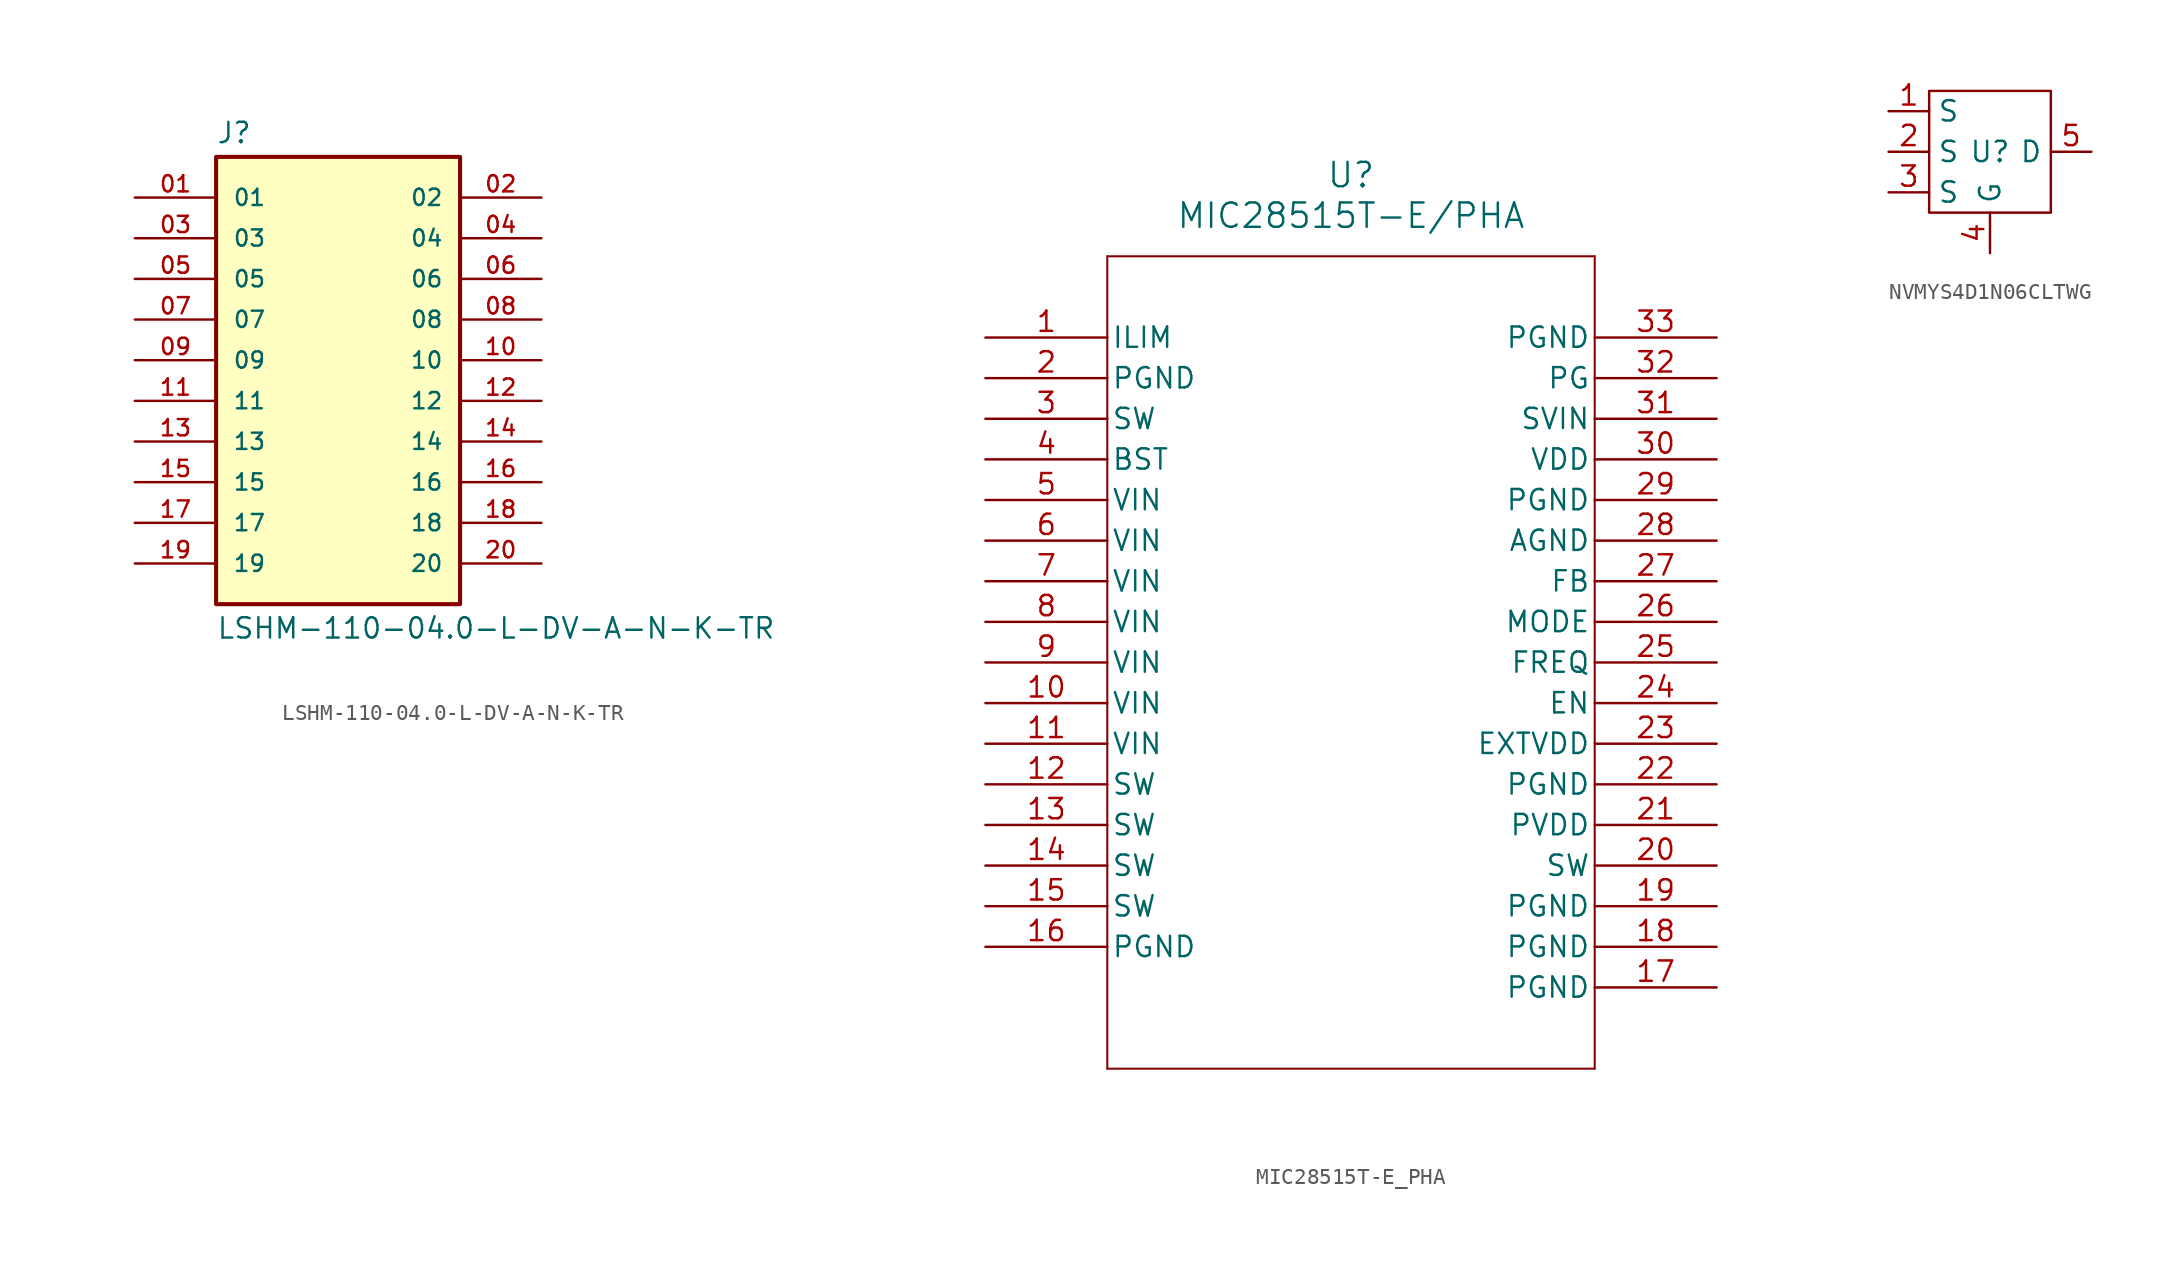
<source format=kicad_sym>
(kicad_symbol_lib
  (version 20220914)
  (generator kicad_symbol_editor)
  (symbol "LSHM-110-04.0-L-DV-A-N-K-TR"
    (pin_names
      (offset 1.016))
    (property "Reference" "J"
      (at -7.62 13.462 0)
      (effects (font (size 1.27 1.27)) (justify left bottom)))
    (property "Value" "LSHM-110-04.0-L-DV-A-N-K-TR"
      (at -7.62 -16.002 0)
      (effects (font (size 1.27 1.27)) (justify left top)))
    (symbol "LSHM-110-04.0-L-DV-A-N-K-TR_0_0"
      (rectangle (start -7.62 -15.24) (end 7.62 12.7) (stroke (width 0.254) (type default)) (fill (type background)))
      (pin passive line (at -12.7 10.16 0) (length 5.08) (name "01" (effects (font (size 1.016 1.016)))) (number "01" (effects (font (size 1.016 1.016)))))
      (pin passive line (at 12.7 10.16 180) (length 5.08) (name "02" (effects (font (size 1.016 1.016)))) (number "02" (effects (font (size 1.016 1.016)))))
      (pin passive line (at -12.7 7.62 0) (length 5.08) (name "03" (effects (font (size 1.016 1.016)))) (number "03" (effects (font (size 1.016 1.016)))))
      (pin passive line (at 12.7 7.62 180) (length 5.08) (name "04" (effects (font (size 1.016 1.016)))) (number "04" (effects (font (size 1.016 1.016)))))
      (pin passive line (at -12.7 5.08 0) (length 5.08) (name "05" (effects (font (size 1.016 1.016)))) (number "05" (effects (font (size 1.016 1.016)))))
      (pin passive line (at 12.7 5.08 180) (length 5.08) (name "06" (effects (font (size 1.016 1.016)))) (number "06" (effects (font (size 1.016 1.016)))))
      (pin passive line (at -12.7 2.54 0) (length 5.08) (name "07" (effects (font (size 1.016 1.016)))) (number "07" (effects (font (size 1.016 1.016)))))
      (pin passive line (at 12.7 2.54 180) (length 5.08) (name "08" (effects (font (size 1.016 1.016)))) (number "08" (effects (font (size 1.016 1.016)))))
      (pin passive line (at -12.7 0 0) (length 5.08) (name "09" (effects (font (size 1.016 1.016)))) (number "09" (effects (font (size 1.016 1.016)))))
      (pin passive line (at 12.7 0 180) (length 5.08) (name "10" (effects (font (size 1.016 1.016)))) (number "10" (effects (font (size 1.016 1.016)))))
      (pin passive line (at -12.7 -2.54 0) (length 5.08) (name "11" (effects (font (size 1.016 1.016)))) (number "11" (effects (font (size 1.016 1.016)))))
      (pin passive line (at 12.7 -2.54 180) (length 5.08) (name "12" (effects (font (size 1.016 1.016)))) (number "12" (effects (font (size 1.016 1.016)))))
      (pin passive line (at -12.7 -5.08 0) (length 5.08) (name "13" (effects (font (size 1.016 1.016)))) (number "13" (effects (font (size 1.016 1.016)))))
      (pin passive line (at 12.7 -5.08 180) (length 5.08) (name "14" (effects (font (size 1.016 1.016)))) (number "14" (effects (font (size 1.016 1.016)))))
      (pin passive line (at -12.7 -7.62 0) (length 5.08) (name "15" (effects (font (size 1.016 1.016)))) (number "15" (effects (font (size 1.016 1.016)))))
      (pin passive line (at 12.7 -7.62 180) (length 5.08) (name "16" (effects (font (size 1.016 1.016)))) (number "16" (effects (font (size 1.016 1.016)))))
      (pin passive line (at -12.7 -10.16 0) (length 5.08) (name "17" (effects (font (size 1.016 1.016)))) (number "17" (effects (font (size 1.016 1.016)))))
      (pin passive line (at 12.7 -10.16 180) (length 5.08) (name "18" (effects (font (size 1.016 1.016)))) (number "18" (effects (font (size 1.016 1.016)))))
      (pin passive line (at -12.7 -12.7 0) (length 5.08) (name "19" (effects (font (size 1.016 1.016)))) (number "19" (effects (font (size 1.016 1.016)))))
      (pin passive line (at 12.7 -12.7 180) (length 5.08) (name "20" (effects (font (size 1.016 1.016)))) (number "20" (effects (font (size 1.016 1.016)))))))
  (symbol "MIC28515T-E_PHA"
    (pin_names
      (offset 0.254))
    (property "Reference" "U"
      (at 22.86 10.16 0)
      (effects (font (size 1.524 1.524))))
    (property "Value" "MIC28515T-E/PHA"
      (at 22.86 7.62 0)
      (effects (font (size 1.524 1.524))))
    (property "ki_locked" ""
      (at 0 0 0)
      (effects (font (size 1.27 1.27))))
    (symbol "MIC28515T-E_PHA_0_1"
      (polyline (pts (xy 7.62 -45.72) (xy 38.1 -45.72)) (stroke (width 0.127) (type default)) (fill (type none)))
      (polyline (pts (xy 7.62 5.08) (xy 7.62 -45.72)) (stroke (width 0.127) (type default)) (fill (type none)))
      (polyline (pts (xy 38.1 -45.72) (xy 38.1 5.08)) (stroke (width 0.127) (type default)) (fill (type none)))
      (polyline (pts (xy 38.1 5.08) (xy 7.62 5.08)) (stroke (width 0.127) (type default)) (fill (type none)))
      (pin input line (at 0 0 0) (length 7.62) (name "ILIM" (effects (font (size 1.27 1.27)))) (number "1" (effects (font (size 1.27 1.27)))))
      (pin power_in line (at 0 -22.86 0) (length 7.62) (name "VIN" (effects (font (size 1.27 1.27)))) (number "10" (effects (font (size 1.27 1.27)))))
      (pin power_in line (at 0 -25.4 0) (length 7.62) (name "VIN" (effects (font (size 1.27 1.27)))) (number "11" (effects (font (size 1.27 1.27)))))
      (pin output line (at 0 -27.94 0) (length 7.62) (name "SW" (effects (font (size 1.27 1.27)))) (number "12" (effects (font (size 1.27 1.27)))))
      (pin output line (at 0 -30.48 0) (length 7.62) (name "SW" (effects (font (size 1.27 1.27)))) (number "13" (effects (font (size 1.27 1.27)))))
      (pin output line (at 0 -33.02 0) (length 7.62) (name "SW" (effects (font (size 1.27 1.27)))) (number "14" (effects (font (size 1.27 1.27)))))
      (pin output line (at 0 -35.56 0) (length 7.62) (name "SW" (effects (font (size 1.27 1.27)))) (number "15" (effects (font (size 1.27 1.27)))))
      (pin power_out line (at 0 -38.1 0) (length 7.62) (name "PGND" (effects (font (size 1.27 1.27)))) (number "16" (effects (font (size 1.27 1.27)))))
      (pin power_out line (at 45.72 -40.64 180) (length 7.62) (name "PGND" (effects (font (size 1.27 1.27)))) (number "17" (effects (font (size 1.27 1.27)))))
      (pin power_out line (at 45.72 -38.1 180) (length 7.62) (name "PGND" (effects (font (size 1.27 1.27)))) (number "18" (effects (font (size 1.27 1.27)))))
      (pin power_out line (at 45.72 -35.56 180) (length 7.62) (name "PGND" (effects (font (size 1.27 1.27)))) (number "19" (effects (font (size 1.27 1.27)))))
      (pin power_out line (at 0 -2.54 0) (length 7.62) (name "PGND" (effects (font (size 1.27 1.27)))) (number "2" (effects (font (size 1.27 1.27)))))
      (pin output line (at 45.72 -33.02 180) (length 7.62) (name "SW" (effects (font (size 1.27 1.27)))) (number "20" (effects (font (size 1.27 1.27)))))
      (pin power_in line (at 45.72 -30.48 180) (length 7.62) (name "PVDD" (effects (font (size 1.27 1.27)))) (number "21" (effects (font (size 1.27 1.27)))))
      (pin power_out line (at 45.72 -27.94 180) (length 7.62) (name "PGND" (effects (font (size 1.27 1.27)))) (number "22" (effects (font (size 1.27 1.27)))))
      (pin power_in line (at 45.72 -25.4 180) (length 7.62) (name "EXTVDD" (effects (font (size 1.27 1.27)))) (number "23" (effects (font (size 1.27 1.27)))))
      (pin input line (at 45.72 -22.86 180) (length 7.62) (name "EN" (effects (font (size 1.27 1.27)))) (number "24" (effects (font (size 1.27 1.27)))))
      (pin input line (at 45.72 -20.32 180) (length 7.62) (name "FREQ" (effects (font (size 1.27 1.27)))) (number "25" (effects (font (size 1.27 1.27)))))
      (pin unspecified line (at 45.72 -17.78 180) (length 7.62) (name "MODE" (effects (font (size 1.27 1.27)))) (number "26" (effects (font (size 1.27 1.27)))))
      (pin input line (at 45.72 -15.24 180) (length 7.62) (name "FB" (effects (font (size 1.27 1.27)))) (number "27" (effects (font (size 1.27 1.27)))))
      (pin power_out line (at 45.72 -12.7 180) (length 7.62) (name "AGND" (effects (font (size 1.27 1.27)))) (number "28" (effects (font (size 1.27 1.27)))))
      (pin power_out line (at 45.72 -10.16 180) (length 7.62) (name "PGND" (effects (font (size 1.27 1.27)))) (number "29" (effects (font (size 1.27 1.27)))))
      (pin output line (at 0 -5.08 0) (length 7.62) (name "SW" (effects (font (size 1.27 1.27)))) (number "3" (effects (font (size 1.27 1.27)))))
      (pin power_in line (at 45.72 -7.62 180) (length 7.62) (name "VDD" (effects (font (size 1.27 1.27)))) (number "30" (effects (font (size 1.27 1.27)))))
      (pin power_in line (at 45.72 -5.08 180) (length 7.62) (name "SVIN" (effects (font (size 1.27 1.27)))) (number "31" (effects (font (size 1.27 1.27)))))
      (pin output line (at 45.72 -2.54 180) (length 7.62) (name "PG" (effects (font (size 1.27 1.27)))) (number "32" (effects (font (size 1.27 1.27)))))
      (pin power_out line (at 45.72 0 180) (length 7.62) (name "PGND" (effects (font (size 1.27 1.27)))) (number "33" (effects (font (size 1.27 1.27)))))
      (pin output line (at 0 -7.62 0) (length 7.62) (name "BST" (effects (font (size 1.27 1.27)))) (number "4" (effects (font (size 1.27 1.27)))))
      (pin power_in line (at 0 -10.16 0) (length 7.62) (name "VIN" (effects (font (size 1.27 1.27)))) (number "5" (effects (font (size 1.27 1.27)))))
      (pin power_in line (at 0 -12.7 0) (length 7.62) (name "VIN" (effects (font (size 1.27 1.27)))) (number "6" (effects (font (size 1.27 1.27)))))
      (pin power_in line (at 0 -15.24 0) (length 7.62) (name "VIN" (effects (font (size 1.27 1.27)))) (number "7" (effects (font (size 1.27 1.27)))))
      (pin power_in line (at 0 -17.78 0) (length 7.62) (name "VIN" (effects (font (size 1.27 1.27)))) (number "8" (effects (font (size 1.27 1.27)))))
      (pin power_in line (at 0 -20.32 0) (length 7.62) (name "VIN" (effects (font (size 1.27 1.27)))) (number "9" (effects (font (size 1.27 1.27)))))))
  (symbol "NVMYS4D1N06CLTWG"
    (property "Reference" "U"
      (at 0 0 0)
      (effects (font (size 1.27 1.27))))
    (property "Value" ""
      (at 0 0 0)
      (effects (font (size 1.27 1.27))))
    (symbol "NVMYS4D1N06CLTWG_0_1"
      (rectangle (start -3.81 3.81) (end 3.81 -3.81) (stroke (width 0) (type default)) (fill (type none))))
    (symbol "NVMYS4D1N06CLTWG_1_1"
      (pin input line (at -6.35 2.54 0) (length 2.54) (name "S" (effects (font (size 1.27 1.27)))) (number "1" (effects (font (size 1.27 1.27)))))
      (pin input line (at -6.35 0 0) (length 2.54) (name "S" (effects (font (size 1.27 1.27)))) (number "2" (effects (font (size 1.27 1.27)))))
      (pin input line (at -6.35 -2.54 0) (length 2.54) (name "S" (effects (font (size 1.27 1.27)))) (number "3" (effects (font (size 1.27 1.27)))))
      (pin input line (at 0 -6.35 90) (length 2.54) (name "G" (effects (font (size 1.27 1.27)))) (number "4" (effects (font (size 1.27 1.27)))))
      (pin input line (at 6.35 0 180) (length 2.54) (name "D" (effects (font (size 1.27 1.27)))) (number "5" (effects (font (size 1.27 1.27))))))))
</source>
